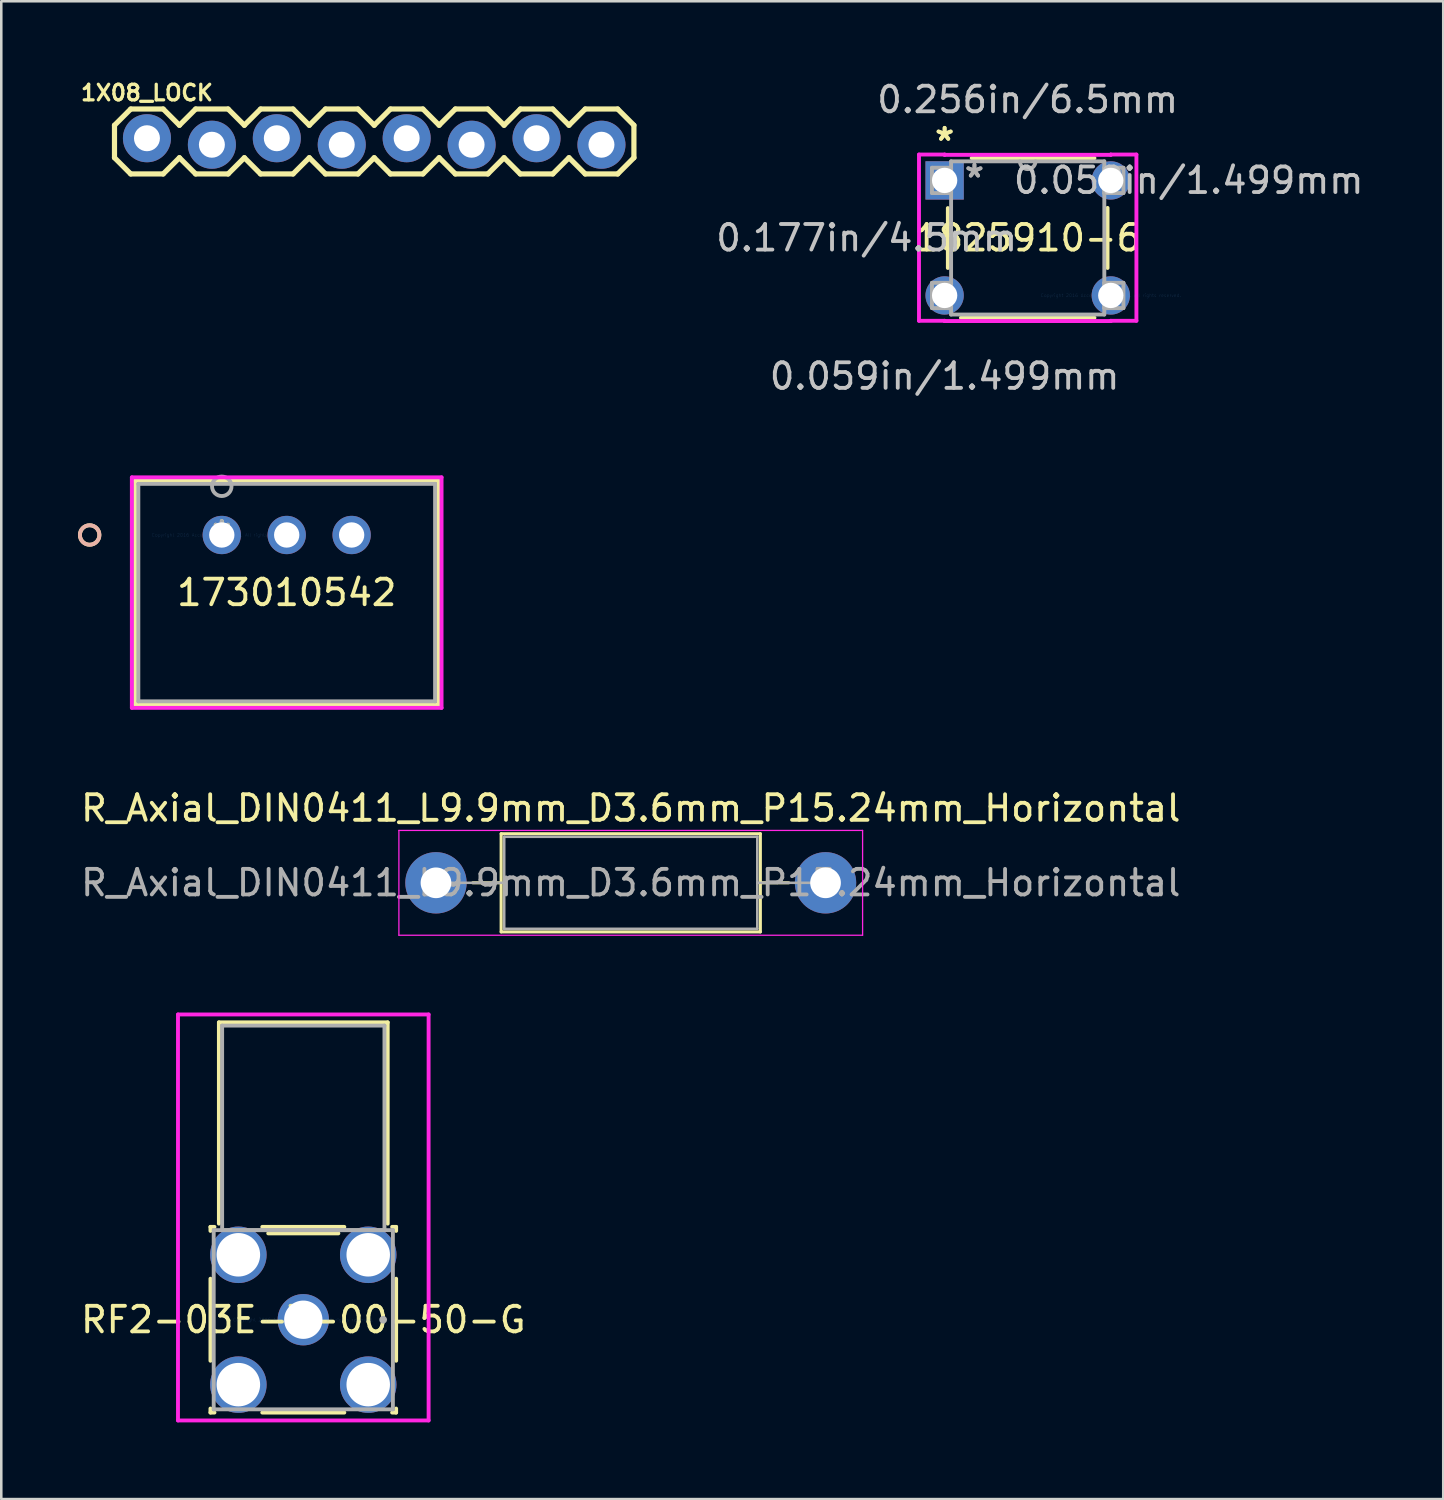
<source format=kicad_pcb>
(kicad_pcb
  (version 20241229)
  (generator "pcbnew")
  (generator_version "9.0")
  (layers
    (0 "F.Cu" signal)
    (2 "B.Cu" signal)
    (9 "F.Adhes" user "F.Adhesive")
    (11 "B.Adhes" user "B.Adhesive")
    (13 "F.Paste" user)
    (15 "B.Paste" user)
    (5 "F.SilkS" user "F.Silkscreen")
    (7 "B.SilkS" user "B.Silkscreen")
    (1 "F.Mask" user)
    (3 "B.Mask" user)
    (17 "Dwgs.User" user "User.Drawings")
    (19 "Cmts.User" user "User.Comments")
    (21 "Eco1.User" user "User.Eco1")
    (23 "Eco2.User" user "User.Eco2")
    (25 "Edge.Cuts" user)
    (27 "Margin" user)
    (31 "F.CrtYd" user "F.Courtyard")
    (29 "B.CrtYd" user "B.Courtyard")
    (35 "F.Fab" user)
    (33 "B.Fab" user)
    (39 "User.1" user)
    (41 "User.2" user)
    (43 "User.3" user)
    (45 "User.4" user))
  (footprint "173010542"
    (layer "F.Cu")
    (at 5.626 17.879)
    (property "Reference" "173010542" (at 2.54 2.254 0) (layer "F.SilkS") (effects (font (size 1 1) (thickness 0.15))))
    (attr through_hole)
    (fp_line (start -3.391 -2.127) (end -3.391 6.636) (stroke (width 0.152) (type solid)) (layer "F.SilkS"))
    (fp_line (start -3.391 6.636) (end 8.471 6.636) (stroke (width 0.152) (type solid)) (layer "F.SilkS"))
    (fp_line (start 8.471 -2.127) (end -3.391 -2.127) (stroke (width 0.152) (type solid)) (layer "F.SilkS"))
    (fp_line (start 8.471 6.636) (end 8.471 -2.127) (stroke (width 0.152) (type solid)) (layer "F.SilkS"))
    (fp_circle (center -5.169 0) (end -4.788 0) (stroke (width 0.152) (type solid)) (fill no) (layer "F.SilkS"))
    (fp_circle (center -5.169 0) (end -4.788 0) (stroke (width 0.152) (type solid)) (fill no) (layer "B.SilkS"))
    (fp_line (start -3.518 -2.255) (end -3.518 6.763) (stroke (width 0.152) (type solid)) (layer "F.CrtYd"))
    (fp_line (start -3.518 6.763) (end 8.598 6.763) (stroke (width 0.152) (type solid)) (layer "F.CrtYd"))
    (fp_line (start 8.598 -2.255) (end -3.518 -2.255) (stroke (width 0.152) (type solid)) (layer "F.CrtYd"))
    (fp_line (start 8.598 6.763) (end 8.598 -2.255) (stroke (width 0.152) (type solid)) (layer "F.CrtYd"))
    (fp_line (start -3.264 -2.001) (end -3.264 6.508) (stroke (width 0.152) (type solid)) (layer "F.Fab"))
    (fp_line (start -3.264 6.508) (end 8.344 6.508) (stroke (width 0.152) (type solid)) (layer "F.Fab"))
    (fp_line (start 8.344 -2.001) (end -3.264 -2.001) (stroke (width 0.152) (type solid)) (layer "F.Fab"))
    (fp_line (start 8.344 6.508) (end 8.344 -2.001) (stroke (width 0.152) (type solid)) (layer "F.Fab"))
    (fp_circle (center 0 -1.905) (end 0.381 -1.905) (stroke (width 0.152) (type solid)) (fill no) (layer "F.Fab"))
    (fp_text user "*" (at 0 0 0) (layer "F.SilkS") (effects (font (size 1 1) (thickness 0.15))))
    (fp_text user "Copyright 2016 Accelerated Designs. All rights reserved." (at 0 0 0) (layer "Cmts.User") (effects (font (size 0.127 0.127) (thickness 0.002))))
    (fp_text user "*" (at 0 0 0) (layer "F.Fab") (effects (font (size 1 1) (thickness 0.15))))
    (pad "1" thru_hole circle (at 5.08 0) (size 1.499 1.499) (drill 0.991) (layers "*.Cu" "*.Mask"))
    (pad "2" thru_hole circle (at 2.54 0) (size 1.499 1.499) (drill 0.991) (layers "*.Cu" "*.Mask"))
    (pad "3" thru_hole circle (at 0 0) (size 1.499 1.499) (drill 0.991) (layers "*.Cu" "*.Mask")))
  (footprint "1X08_LOCK"
    (layer "F.Cu")
    (at 2.699 2.485)
    (property "Reference" "1X08_LOCK" (at 0 -1.905 0) (layer "F.SilkS") (effects (font (size 0.61 0.61) (thickness 0.127))))
    (attr exclude_from_pos_files exclude_from_bom)
    (fp_line (start -1.27 -0.635) (end -1.27 0.635) (stroke (width 0.203) (type solid)) (layer "F.SilkS"))
    (fp_line (start -1.27 0.635) (end -0.635 1.27) (stroke (width 0.203) (type solid)) (layer "F.SilkS"))
    (fp_line (start -0.635 -1.27) (end -1.27 -0.635) (stroke (width 0.203) (type solid)) (layer "F.SilkS"))
    (fp_line (start -0.635 -1.27) (end 0.635 -1.27) (stroke (width 0.203) (type solid)) (layer "F.SilkS"))
    (fp_line (start 0.635 -1.27) (end 1.27 -0.635) (stroke (width 0.203) (type solid)) (layer "F.SilkS"))
    (fp_line (start 0.635 1.27) (end -0.635 1.27) (stroke (width 0.203) (type solid)) (layer "F.SilkS"))
    (fp_line (start 1.27 -0.635) (end 1.905 -1.27) (stroke (width 0.203) (type solid)) (layer "F.SilkS"))
    (fp_line (start 1.27 0.635) (end 0.635 1.27) (stroke (width 0.203) (type solid)) (layer "F.SilkS"))
    (fp_line (start 1.905 -1.27) (end 3.175 -1.27) (stroke (width 0.203) (type solid)) (layer "F.SilkS"))
    (fp_line (start 1.905 1.27) (end 1.27 0.635) (stroke (width 0.203) (type solid)) (layer "F.SilkS"))
    (fp_line (start 3.175 -1.27) (end 3.81 -0.635) (stroke (width 0.203) (type solid)) (layer "F.SilkS"))
    (fp_line (start 3.175 1.27) (end 1.905 1.27) (stroke (width 0.203) (type solid)) (layer "F.SilkS"))
    (fp_line (start 3.81 -0.635) (end 4.445 -1.27) (stroke (width 0.203) (type solid)) (layer "F.SilkS"))
    (fp_line (start 3.81 0.635) (end 3.175 1.27) (stroke (width 0.203) (type solid)) (layer "F.SilkS"))
    (fp_line (start 4.445 -1.27) (end 5.715 -1.27) (stroke (width 0.203) (type solid)) (layer "F.SilkS"))
    (fp_line (start 4.445 1.27) (end 3.81 0.635) (stroke (width 0.203) (type solid)) (layer "F.SilkS"))
    (fp_line (start 5.715 -1.27) (end 6.35 -0.635) (stroke (width 0.203) (type solid)) (layer "F.SilkS"))
    (fp_line (start 5.715 1.27) (end 4.445 1.27) (stroke (width 0.203) (type solid)) (layer "F.SilkS"))
    (fp_line (start 6.35 0.635) (end 5.715 1.27) (stroke (width 0.203) (type solid)) (layer "F.SilkS"))
    (fp_line (start 6.35 0.635) (end 6.985 1.27) (stroke (width 0.203) (type solid)) (layer "F.SilkS"))
    (fp_line (start 6.985 -1.27) (end 6.35 -0.635) (stroke (width 0.203) (type solid)) (layer "F.SilkS"))
    (fp_line (start 6.985 -1.27) (end 8.255 -1.27) (stroke (width 0.203) (type solid)) (layer "F.SilkS"))
    (fp_line (start 8.255 -1.27) (end 8.89 -0.635) (stroke (width 0.203) (type solid)) (layer "F.SilkS"))
    (fp_line (start 8.255 1.27) (end 6.985 1.27) (stroke (width 0.203) (type solid)) (layer "F.SilkS"))
    (fp_line (start 8.89 -0.635) (end 9.525 -1.27) (stroke (width 0.203) (type solid)) (layer "F.SilkS"))
    (fp_line (start 8.89 0.635) (end 8.255 1.27) (stroke (width 0.203) (type solid)) (layer "F.SilkS"))
    (fp_line (start 9.525 -1.27) (end 10.795 -1.27) (stroke (width 0.203) (type solid)) (layer "F.SilkS"))
    (fp_line (start 9.525 1.27) (end 8.89 0.635) (stroke (width 0.203) (type solid)) (layer "F.SilkS"))
    (fp_line (start 10.795 -1.27) (end 11.43 -0.635) (stroke (width 0.203) (type solid)) (layer "F.SilkS"))
    (fp_line (start 10.795 1.27) (end 9.525 1.27) (stroke (width 0.203) (type solid)) (layer "F.SilkS"))
    (fp_line (start 11.43 -0.635) (end 12.065 -1.27) (stroke (width 0.203) (type solid)) (layer "F.SilkS"))
    (fp_line (start 11.43 0.635) (end 10.795 1.27) (stroke (width 0.203) (type solid)) (layer "F.SilkS"))
    (fp_line (start 12.065 -1.27) (end 13.335 -1.27) (stroke (width 0.203) (type solid)) (layer "F.SilkS"))
    (fp_line (start 12.065 1.27) (end 11.43 0.635) (stroke (width 0.203) (type solid)) (layer "F.SilkS"))
    (fp_line (start 13.335 -1.27) (end 13.97 -0.635) (stroke (width 0.203) (type solid)) (layer "F.SilkS"))
    (fp_line (start 13.335 1.27) (end 12.065 1.27) (stroke (width 0.203) (type solid)) (layer "F.SilkS"))
    (fp_line (start 13.97 0.635) (end 13.335 1.27) (stroke (width 0.203) (type solid)) (layer "F.SilkS"))
    (fp_line (start 13.97 0.635) (end 14.605 1.27) (stroke (width 0.203) (type solid)) (layer "F.SilkS"))
    (fp_line (start 14.605 -1.27) (end 13.97 -0.635) (stroke (width 0.203) (type solid)) (layer "F.SilkS"))
    (fp_line (start 14.605 -1.27) (end 15.875 -1.27) (stroke (width 0.203) (type solid)) (layer "F.SilkS"))
    (fp_line (start 15.875 -1.27) (end 16.51 -0.635) (stroke (width 0.203) (type solid)) (layer "F.SilkS"))
    (fp_line (start 15.875 1.27) (end 14.605 1.27) (stroke (width 0.203) (type solid)) (layer "F.SilkS"))
    (fp_line (start 16.51 0.635) (end 15.875 1.27) (stroke (width 0.203) (type solid)) (layer "F.SilkS"))
    (fp_line (start 16.51 0.635) (end 17.145 1.27) (stroke (width 0.203) (type solid)) (layer "F.SilkS"))
    (fp_line (start 17.145 -1.27) (end 16.51 -0.635) (stroke (width 0.203) (type solid)) (layer "F.SilkS"))
    (fp_line (start 17.145 -1.27) (end 18.415 -1.27) (stroke (width 0.203) (type solid)) (layer "F.SilkS"))
    (fp_line (start 18.415 -1.27) (end 19.05 -0.635) (stroke (width 0.203) (type solid)) (layer "F.SilkS"))
    (fp_line (start 18.415 1.27) (end 17.145 1.27) (stroke (width 0.203) (type solid)) (layer "F.SilkS"))
    (fp_line (start 19.05 -0.635) (end 19.05 0.635) (stroke (width 0.203) (type solid)) (layer "F.SilkS"))
    (fp_line (start 19.05 0.635) (end 18.415 1.27) (stroke (width 0.203) (type solid)) (layer "F.SilkS"))
    (pad "1" thru_hole circle (at 0 -0.127) (size 1.88 1.88) (drill 1.016) (layers "*.Cu" "*.Mask"))
    (pad "2" thru_hole circle (at 2.54 0.127) (size 1.88 1.88) (drill 1.016) (layers "*.Cu" "*.Mask"))
    (pad "3" thru_hole circle (at 5.08 -0.127) (size 1.88 1.88) (drill 1.016) (layers "*.Cu" "*.Mask"))
    (pad "4" thru_hole circle (at 7.62 0.127) (size 1.88 1.88) (drill 1.016) (layers "*.Cu" "*.Mask"))
    (pad "5" thru_hole circle (at 10.16 -0.127) (size 1.88 1.88) (drill 1.016) (layers "*.Cu" "*.Mask"))
    (pad "6" thru_hole circle (at 12.7 0.127) (size 1.88 1.88) (drill 1.016) (layers "*.Cu" "*.Mask"))
    (pad "7" thru_hole circle (at 15.24 -0.127) (size 1.88 1.88) (drill 1.016) (layers "*.Cu" "*.Mask"))
    (pad "8" thru_hole circle (at 17.78 0.127) (size 1.88 1.88) (drill 1.016) (layers "*.Cu" "*.Mask")))
  (footprint "1825910-6"
    (layer "F.Cu")
    (at 40.404 8.508)
    (property "Reference" "1825910-6" (at -3.25 -2.25 0) (layer "F.SilkS") (effects (font (size 1 1) (thickness 0.15))))
    (attr through_hole)
    (fp_line (start -6.374 -3.418) (end -6.374 -1.075) (stroke (width 0.152) (type solid)) (layer "F.SilkS"))
    (fp_line (start -5.862 0.874) (end -0.638 0.874) (stroke (width 0.152) (type solid)) (layer "F.SilkS"))
    (fp_line (start -0.638 -5.374) (end -5.442 -5.374) (stroke (width 0.152) (type solid)) (layer "F.SilkS"))
    (fp_line (start -0.126 -1.075) (end -0.126 -3.425) (stroke (width 0.152) (type solid)) (layer "F.SilkS"))
    (fp_line (start -7.503 -5.512) (end -7.503 0.991) (stroke (width 0.152) (type solid)) (layer "F.CrtYd"))
    (fp_line (start -7.503 0.991) (end -6.5 0.991) (stroke (width 0.152) (type solid)) (layer "F.CrtYd"))
    (fp_line (start -6.501 -5.501) (end -6.5 -5.512) (stroke (width 0.152) (type solid)) (layer "F.CrtYd"))
    (fp_line (start -6.501 1.001) (end 0.001 1.001) (stroke (width 0.152) (type solid)) (layer "F.CrtYd"))
    (fp_line (start -6.5 -5.512) (end -7.503 -5.512) (stroke (width 0.152) (type solid)) (layer "F.CrtYd"))
    (fp_line (start -6.5 0.991) (end -6.501 1.001) (stroke (width 0.152) (type solid)) (layer "F.CrtYd"))
    (fp_line (start 0 -5.512) (end 0.001 -5.501) (stroke (width 0.152) (type solid)) (layer "F.CrtYd"))
    (fp_line (start 0 0.991) (end 1.003 0.991) (stroke (width 0.152) (type solid)) (layer "F.CrtYd"))
    (fp_line (start 0.001 -5.501) (end -6.501 -5.501) (stroke (width 0.152) (type solid)) (layer "F.CrtYd"))
    (fp_line (start 0.001 1.001) (end 0 0.991) (stroke (width 0.152) (type solid)) (layer "F.CrtYd"))
    (fp_line (start 1.003 -5.512) (end 0 -5.512) (stroke (width 0.152) (type solid)) (layer "F.CrtYd"))
    (fp_line (start 1.003 0.991) (end 1.003 -5.512) (stroke (width 0.152) (type solid)) (layer "F.CrtYd"))
    (fp_line (start -6.995 -4.995) (end -6.995 -4.005) (stroke (width 0.152) (type solid)) (layer "F.Fab"))
    (fp_line (start -6.995 -4.005) (end -6.247 -4.005) (stroke (width 0.152) (type solid)) (layer "F.Fab"))
    (fp_line (start -6.995 -0.495) (end -6.995 0.495) (stroke (width 0.152) (type solid)) (layer "F.Fab"))
    (fp_line (start -6.995 0.495) (end -6.247 0.495) (stroke (width 0.152) (type solid)) (layer "F.Fab"))
    (fp_line (start -6.247 -5.247) (end -6.247 0.747) (stroke (width 0.152) (type solid)) (layer "F.Fab"))
    (fp_line (start -6.247 -4.995) (end -6.995 -4.995) (stroke (width 0.152) (type solid)) (layer "F.Fab"))
    (fp_line (start -6.247 -4.005) (end -6.247 -4.995) (stroke (width 0.152) (type solid)) (layer "F.Fab"))
    (fp_line (start -6.247 -0.495) (end -6.995 -0.495) (stroke (width 0.152) (type solid)) (layer "F.Fab"))
    (fp_line (start -6.247 0.495) (end -6.247 -0.495) (stroke (width 0.152) (type solid)) (layer "F.Fab"))
    (fp_line (start -6.247 0.747) (end -0.253 0.747) (stroke (width 0.152) (type solid)) (layer "F.Fab"))
    (fp_line (start -0.253 -5.247) (end -6.247 -5.247) (stroke (width 0.152) (type solid)) (layer "F.Fab"))
    (fp_line (start -0.253 -4.995) (end -0.253 -4.005) (stroke (width 0.152) (type solid)) (layer "F.Fab"))
    (fp_line (start -0.253 -4.005) (end 0.495 -4.005) (stroke (width 0.152) (type solid)) (layer "F.Fab"))
    (fp_line (start -0.253 -0.495) (end -0.253 0.495) (stroke (width 0.152) (type solid)) (layer "F.Fab"))
    (fp_line (start -0.253 0.495) (end 0.495 0.495) (stroke (width 0.152) (type solid)) (layer "F.Fab"))
    (fp_line (start -0.253 0.747) (end -0.253 -5.247) (stroke (width 0.152) (type solid)) (layer "F.Fab"))
    (fp_line (start 0.495 -4.995) (end -0.253 -4.995) (stroke (width 0.152) (type solid)) (layer "F.Fab"))
    (fp_line (start 0.495 -4.005) (end 0.495 -4.995) (stroke (width 0.152) (type solid)) (layer "F.Fab"))
    (fp_line (start 0.495 -0.495) (end -0.253 -0.495) (stroke (width 0.152) (type solid)) (layer "F.Fab"))
    (fp_line (start 0.495 0.495) (end 0.495 -0.495) (stroke (width 0.152) (type solid)) (layer "F.Fab"))
    (fp_arc (start -2.9452 -5.247201) (mid -3.25 -4.942401) (end -3.5548 -5.247201) (stroke (width 0.1524) (type solid)) (layer "F.Fab"))
    (fp_text user "*" (at -6.5 -6.011 0) (layer "F.SilkS") (effects (font (size 1 1) (thickness 0.15))))
    (fp_text user "*" (at -6.5 -6.011 0) (layer "F.SilkS") (effects (font (size 1 1) (thickness 0.15))))
    (fp_text user "0.059in/1.499mm" (at 3.048 -4.5 0) (layer "Dwgs.User") (effects (font (size 1 1) (thickness 0.15))))
    (fp_text user "0.256in/6.5mm" (at -3.25 -7.66 0) (layer "Dwgs.User") (effects (font (size 1 1) (thickness 0.15))))
    (fp_text user "0.059in/1.499mm" (at -6.5 3.16 0) (layer "Dwgs.User") (effects (font (size 1 1) (thickness 0.15))))
    (fp_text user "0.177in/4.5mm" (at -9.548 -2.25 0) (layer "Dwgs.User") (effects (font (size 1 1) (thickness 0.15))))
    (fp_text user "Copyright 2016 Accelerated Designs. All rights reserved." (at 0 0 0) (layer "Cmts.User") (effects (font (size 0.127 0.127) (thickness 0.002))))
    (fp_text user "*" (at -5.334 -4.572 0) (layer "F.Fab") (effects (font (size 1 1) (thickness 0.15))))
    (fp_text user "*" (at -5.334 -4.572 0) (layer "F.Fab") (effects (font (size 1 1) (thickness 0.15))))
    (pad "1" thru_hole rect (at -6.5 -4.5) (size 1.499 1.499) (drill 0.991) (layers "*.Cu" "*.Mask"))
    (pad "2" thru_hole circle (at 0.000001 -4.5) (size 1.499 1.499) (drill 0.991) (layers "*.Cu" "*.Mask"))
    (pad "3" thru_hole circle (at -6.5 0) (size 1.499 1.499) (drill 0.991) (layers "*.Cu" "*.Mask"))
    (pad "4" thru_hole circle (at 0.000001 0) (size 1.499 1.499) (drill 0.991) (layers "*.Cu" "*.Mask")))
  (footprint "R_Axial_DIN0411_L9.9mm_D3.6mm_P15.24mm_Horizontal"
    (layer "F.Cu")
    (at 14.005 31.486)
    (property "Reference" "R_Axial_DIN0411_L9.9mm_D3.6mm_P15.24mm_Horizontal" (at 7.62 -2.92 0) (layer "F.SilkS") (effects (font (size 1 1) (thickness 0.15))))
    (attr through_hole)
    (fp_line (start 1.44 0) (end 2.55 0) (stroke (width 0.12) (type solid)) (layer "F.SilkS"))
    (fp_line (start 2.55 -1.92) (end 2.55 1.92) (stroke (width 0.12) (type solid)) (layer "F.SilkS"))
    (fp_line (start 2.55 1.92) (end 12.69 1.92) (stroke (width 0.12) (type solid)) (layer "F.SilkS"))
    (fp_line (start 12.69 -1.92) (end 2.55 -1.92) (stroke (width 0.12) (type solid)) (layer "F.SilkS"))
    (fp_line (start 12.69 1.92) (end 12.69 -1.92) (stroke (width 0.12) (type solid)) (layer "F.SilkS"))
    (fp_line (start 13.8 0) (end 12.69 0) (stroke (width 0.12) (type solid)) (layer "F.SilkS"))
    (fp_line (start -1.45 -2.05) (end -1.45 2.05) (stroke (width 0.05) (type solid)) (layer "F.CrtYd"))
    (fp_line (start -1.45 2.05) (end 16.69 2.05) (stroke (width 0.05) (type solid)) (layer "F.CrtYd"))
    (fp_line (start 16.69 -2.05) (end -1.45 -2.05) (stroke (width 0.05) (type solid)) (layer "F.CrtYd"))
    (fp_line (start 16.69 2.05) (end 16.69 -2.05) (stroke (width 0.05) (type solid)) (layer "F.CrtYd"))
    (fp_line (start 0 0) (end 2.67 0) (stroke (width 0.1) (type solid)) (layer "F.Fab"))
    (fp_line (start 2.67 -1.8) (end 2.67 1.8) (stroke (width 0.1) (type solid)) (layer "F.Fab"))
    (fp_line (start 2.67 1.8) (end 12.57 1.8) (stroke (width 0.1) (type solid)) (layer "F.Fab"))
    (fp_line (start 12.57 -1.8) (end 2.67 -1.8) (stroke (width 0.1) (type solid)) (layer "F.Fab"))
    (fp_line (start 12.57 1.8) (end 12.57 -1.8) (stroke (width 0.1) (type solid)) (layer "F.Fab"))
    (fp_line (start 15.24 0) (end 12.57 0) (stroke (width 0.1) (type solid)) (layer "F.Fab"))
    (fp_text user "${REFERENCE}" (at 7.62 0 0) (layer "F.Fab") (effects (font (size 1 1) (thickness 0.15))))
    (pad "1" thru_hole circle (at 0 0) (size 2.4 2.4) (drill 1.2) (layers "*.Cu" "*.Mask"))
    (pad "2" thru_hole oval (at 15.24 0) (size 2.4 2.4) (drill 1.2) (layers "*.Cu" "*.Mask")))
  (footprint "RF2-03E-T-00-50-G"
    (layer "F.Cu")
    (at 8.815 48.578)
    (property "Reference" "RF2-03E-T-00-50-G" (at 0 0 0) (layer "F.SilkS") (effects (font (size 1 1) (thickness 0.15))))
    (attr through_hole)
    (fp_line (start -3.632 -3.632) (end -3.632 -3.475) (stroke (width 0.152) (type solid)) (layer "F.SilkS"))
    (fp_line (start -3.632 -1.605) (end -3.632 1.605) (stroke (width 0.152) (type solid)) (layer "F.SilkS"))
    (fp_line (start -3.632 3.475) (end -3.632 3.632) (stroke (width 0.152) (type solid)) (layer "F.SilkS"))
    (fp_line (start -3.632 3.632) (end -3.475 3.632) (stroke (width 0.152) (type solid)) (layer "F.SilkS"))
    (fp_line (start -3.475 -3.632) (end -3.632 -3.632) (stroke (width 0.152) (type solid)) (layer "F.SilkS"))
    (fp_line (start -3.302 -11.633) (end -3.302 -3.759) (stroke (width 0.152) (type solid)) (layer "F.SilkS"))
    (fp_line (start -1.605 3.632) (end 1.605 3.632) (stroke (width 0.152) (type solid)) (layer "F.SilkS"))
    (fp_line (start -1.372 -3.378) (end 1.372 -3.378) (stroke (width 0.152) (type solid)) (layer "F.SilkS"))
    (fp_line (start 1.605 -3.632) (end -1.605 -3.632) (stroke (width 0.152) (type solid)) (layer "F.SilkS"))
    (fp_line (start 3.302 -11.633) (end -3.302 -11.633) (stroke (width 0.152) (type solid)) (layer "F.SilkS"))
    (fp_line (start 3.302 -3.759) (end 3.302 -11.633) (stroke (width 0.152) (type solid)) (layer "F.SilkS"))
    (fp_line (start 3.475 3.632) (end 3.632 3.632) (stroke (width 0.152) (type solid)) (layer "F.SilkS"))
    (fp_line (start 3.632 -3.632) (end 3.475 -3.632) (stroke (width 0.152) (type solid)) (layer "F.SilkS"))
    (fp_line (start 3.632 -3.475) (end 3.632 -3.632) (stroke (width 0.152) (type solid)) (layer "F.SilkS"))
    (fp_line (start 3.632 1.605) (end 3.632 -1.605) (stroke (width 0.152) (type solid)) (layer "F.SilkS"))
    (fp_line (start 3.632 3.632) (end 3.632 3.475) (stroke (width 0.152) (type solid)) (layer "F.SilkS"))
    (fp_line (start -4.902 -11.941) (end 4.902 -11.941) (stroke (width 0.152) (type solid)) (layer "F.CrtYd"))
    (fp_line (start -4.902 3.94) (end -4.902 -11.941) (stroke (width 0.152) (type solid)) (layer "F.CrtYd"))
    (fp_line (start 4.902 -11.941) (end 4.902 3.94) (stroke (width 0.152) (type solid)) (layer "F.CrtYd"))
    (fp_line (start 4.902 3.94) (end -4.902 3.94) (stroke (width 0.152) (type solid)) (layer "F.CrtYd"))
    (fp_line (start -3.505 -3.505) (end -3.505 3.505) (stroke (width 0.152) (type solid)) (layer "F.Fab"))
    (fp_line (start -3.505 3.505) (end 3.505 3.505) (stroke (width 0.152) (type solid)) (layer "F.Fab"))
    (fp_line (start -3.175 -11.506) (end -3.175 -3.505) (stroke (width 0.152) (type solid)) (layer "F.Fab"))
    (fp_line (start -3.175 -3.505) (end 3.175 -3.505) (stroke (width 0.152) (type solid)) (layer "F.Fab"))
    (fp_line (start 3.175 -11.506) (end -3.175 -11.506) (stroke (width 0.152) (type solid)) (layer "F.Fab"))
    (fp_line (start 3.175 -3.505) (end 3.175 -11.506) (stroke (width 0.152) (type solid)) (layer "F.Fab"))
    (fp_line (start 3.505 -3.505) (end -3.505 -3.505) (stroke (width 0.152) (type solid)) (layer "F.Fab"))
    (fp_line (start 3.505 3.505) (end 3.505 -3.505) (stroke (width 0.152) (type solid)) (layer "F.Fab"))
    (fp_circle (center 3.124 0) (end 3.124 0) (stroke (width 0.152) (type solid)) (fill no) (layer "F.Fab"))
    (fp_text user "*" (at 0 0 0) (layer "F.SilkS") (effects (font (size 1 1) (thickness 0.15))))
    (fp_text user "Copyright 2016 Accelerated Designs. All rights reserved." (at 0 0 0) (layer "Cmts.User") (effects (font (size 0.127 0.127) (thickness 0.002))))
    (fp_text user "*" (at 0 0 0) (layer "F.Fab") (effects (font (size 1 1) (thickness 0.15))))
    (pad "1" thru_hole circle (at 0 0) (size 2.007 2.007) (drill 1.499) (layers "*.Cu" "*.Mask"))
    (pad "2" thru_hole circle (at -2.54 -2.54) (size 2.21 2.21) (drill 1.702) (layers "*.Cu" "*.Mask"))
    (pad "3" thru_hole circle (at -2.54 2.54) (size 2.21 2.21) (drill 1.702) (layers "*.Cu" "*.Mask"))
    (pad "4" thru_hole circle (at 2.54 2.54) (size 2.21 2.21) (drill 1.702) (layers "*.Cu" "*.Mask"))
    (pad "5" thru_hole circle (at 2.54 -2.54) (size 2.21 2.21) (drill 1.702) (layers "*.Cu" "*.Mask")))
  (gr_rect
    (start -3 -3)
    (end 53.41 55.594)
    (stroke (width 0.1) (type default))
    (fill no)
    (layer "Edge.Cuts")))
</source>
